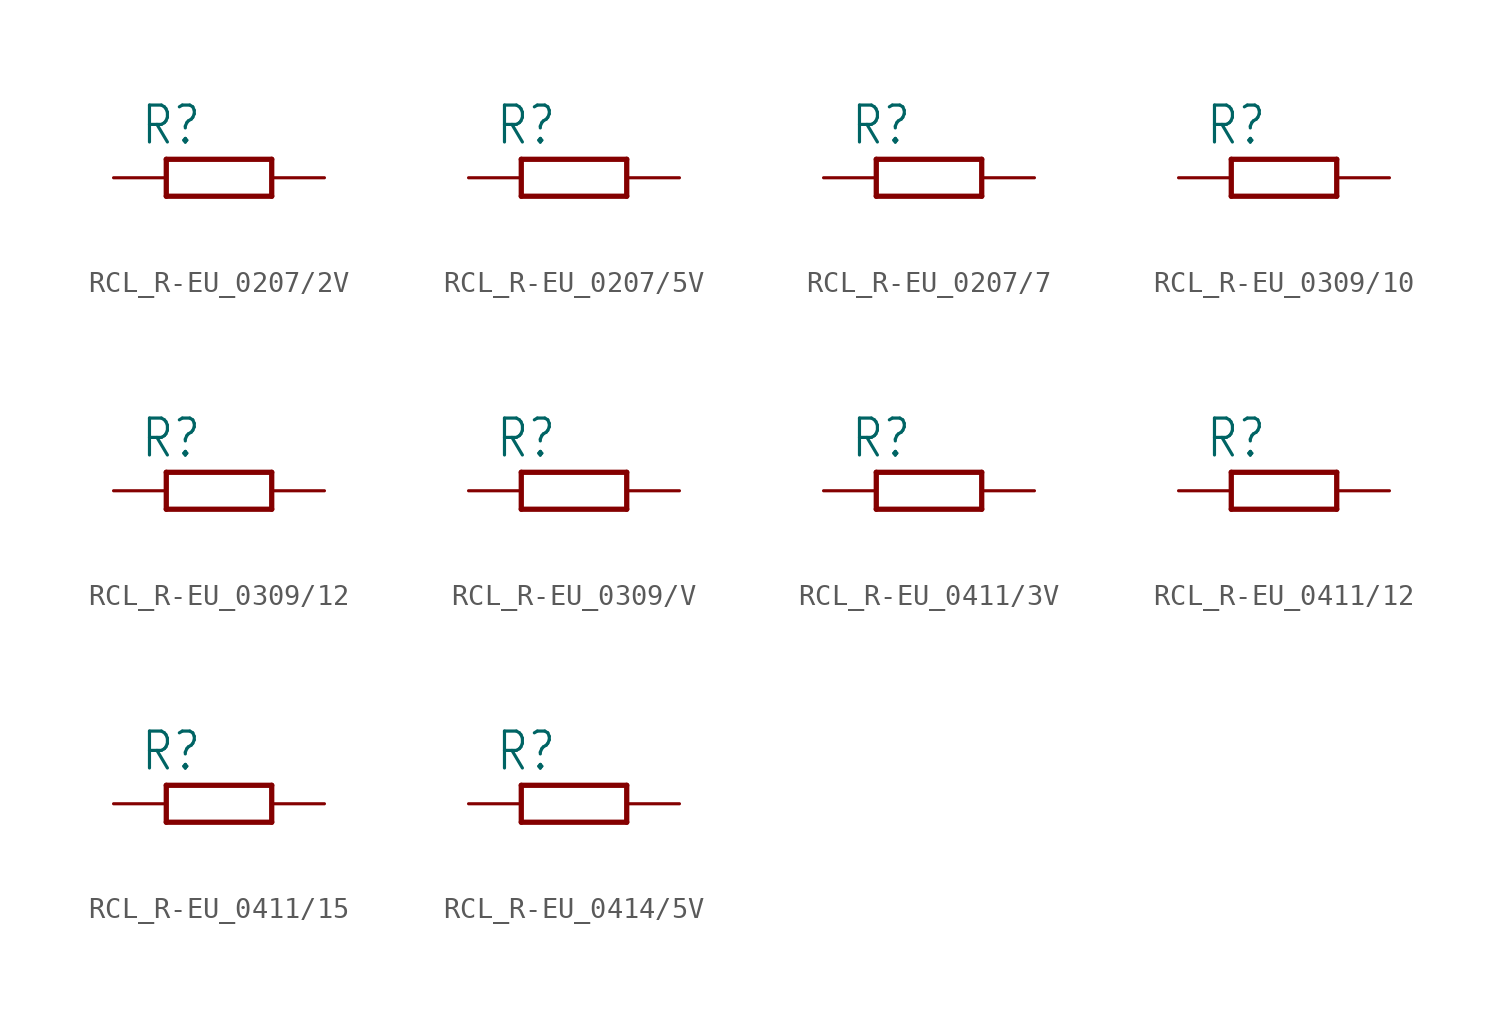
<source format=kicad_sym>
(kicad_symbol_lib
  (version 20241209)
  (generator "kicad_symbol_editor")
  (generator_version "9.0")
  (symbol "RCL_R-EU_0207/2V"
    (property "Reference" "R"
      (at -3.81 1.499 0)
      (effects (font (size 1.778 1.511)) (justify left bottom)))
    (property "Value" ""
      (at -3.81 -3.302 0)
      (effects (font (size 1.778 1.511)) (justify left bottom)))
    (property "ki_locked" ""
      (at 0 0 0)
      (effects (font (size 1.27 1.27))))
    (symbol "RCL_R-EU_0207/2V_1_0"
      (polyline (pts (xy -2.54 -0.889) (xy -2.54 0.889)) (stroke (width 0.254) (type solid)) (fill (type none)))
      (polyline (pts (xy -2.54 -0.889) (xy 2.54 -0.889)) (stroke (width 0.254) (type solid)) (fill (type none)))
      (polyline (pts (xy 2.54 0.889) (xy -2.54 0.889)) (stroke (width 0.254) (type solid)) (fill (type none)))
      (polyline (pts (xy 2.54 -0.889) (xy 2.54 0.889)) (stroke (width 0.254) (type solid)) (fill (type none)))
      (pin passive line (at -5.08 0 0) (length 2.54) (name "1" (effects (font (size 0 0)))) (number "1" (effects (font (size 0 0)))))
      (pin passive line (at 5.08 0 180) (length 2.54) (name "2" (effects (font (size 0 0)))) (number "2" (effects (font (size 0 0)))))))
  (symbol "RCL_R-EU_0207/5V"
    (property "Reference" "R"
      (at -3.81 1.499 0)
      (effects (font (size 1.778 1.511)) (justify left bottom)))
    (property "Value" ""
      (at -3.81 -3.302 0)
      (effects (font (size 1.778 1.511)) (justify left bottom)))
    (property "ki_locked" ""
      (at 0 0 0)
      (effects (font (size 1.27 1.27))))
    (symbol "RCL_R-EU_0207/5V_1_0"
      (polyline (pts (xy -2.54 -0.889) (xy -2.54 0.889)) (stroke (width 0.254) (type solid)) (fill (type none)))
      (polyline (pts (xy -2.54 -0.889) (xy 2.54 -0.889)) (stroke (width 0.254) (type solid)) (fill (type none)))
      (polyline (pts (xy 2.54 0.889) (xy -2.54 0.889)) (stroke (width 0.254) (type solid)) (fill (type none)))
      (polyline (pts (xy 2.54 -0.889) (xy 2.54 0.889)) (stroke (width 0.254) (type solid)) (fill (type none)))
      (pin passive line (at -5.08 0 0) (length 2.54) (name "1" (effects (font (size 0 0)))) (number "1" (effects (font (size 0 0)))))
      (pin passive line (at 5.08 0 180) (length 2.54) (name "2" (effects (font (size 0 0)))) (number "2" (effects (font (size 0 0)))))))
  (symbol "RCL_R-EU_0207/7"
    (property "Reference" "R"
      (at -3.81 1.499 0)
      (effects (font (size 1.778 1.511)) (justify left bottom)))
    (property "Value" ""
      (at -3.81 -3.302 0)
      (effects (font (size 1.778 1.511)) (justify left bottom)))
    (property "ki_locked" ""
      (at 0 0 0)
      (effects (font (size 1.27 1.27))))
    (symbol "RCL_R-EU_0207/7_1_0"
      (polyline (pts (xy -2.54 -0.889) (xy -2.54 0.889)) (stroke (width 0.254) (type solid)) (fill (type none)))
      (polyline (pts (xy -2.54 -0.889) (xy 2.54 -0.889)) (stroke (width 0.254) (type solid)) (fill (type none)))
      (polyline (pts (xy 2.54 0.889) (xy -2.54 0.889)) (stroke (width 0.254) (type solid)) (fill (type none)))
      (polyline (pts (xy 2.54 -0.889) (xy 2.54 0.889)) (stroke (width 0.254) (type solid)) (fill (type none)))
      (pin passive line (at -5.08 0 0) (length 2.54) (name "1" (effects (font (size 0 0)))) (number "1" (effects (font (size 0 0)))))
      (pin passive line (at 5.08 0 180) (length 2.54) (name "2" (effects (font (size 0 0)))) (number "2" (effects (font (size 0 0)))))))
  (symbol "RCL_R-EU_0309/10"
    (property "Reference" "R"
      (at -3.81 1.499 0)
      (effects (font (size 1.778 1.511)) (justify left bottom)))
    (property "Value" ""
      (at -3.81 -3.302 0)
      (effects (font (size 1.778 1.511)) (justify left bottom)))
    (property "ki_locked" ""
      (at 0 0 0)
      (effects (font (size 1.27 1.27))))
    (symbol "RCL_R-EU_0309/10_1_0"
      (polyline (pts (xy -2.54 -0.889) (xy -2.54 0.889)) (stroke (width 0.254) (type solid)) (fill (type none)))
      (polyline (pts (xy -2.54 -0.889) (xy 2.54 -0.889)) (stroke (width 0.254) (type solid)) (fill (type none)))
      (polyline (pts (xy 2.54 0.889) (xy -2.54 0.889)) (stroke (width 0.254) (type solid)) (fill (type none)))
      (polyline (pts (xy 2.54 -0.889) (xy 2.54 0.889)) (stroke (width 0.254) (type solid)) (fill (type none)))
      (pin passive line (at -5.08 0 0) (length 2.54) (name "1" (effects (font (size 0 0)))) (number "1" (effects (font (size 0 0)))))
      (pin passive line (at 5.08 0 180) (length 2.54) (name "2" (effects (font (size 0 0)))) (number "2" (effects (font (size 0 0)))))))
  (symbol "RCL_R-EU_0309/12"
    (property "Reference" "R"
      (at -3.81 1.499 0)
      (effects (font (size 1.778 1.511)) (justify left bottom)))
    (property "Value" ""
      (at -3.81 -3.302 0)
      (effects (font (size 1.778 1.511)) (justify left bottom)))
    (property "ki_locked" ""
      (at 0 0 0)
      (effects (font (size 1.27 1.27))))
    (symbol "RCL_R-EU_0309/12_1_0"
      (polyline (pts (xy -2.54 -0.889) (xy -2.54 0.889)) (stroke (width 0.254) (type solid)) (fill (type none)))
      (polyline (pts (xy -2.54 -0.889) (xy 2.54 -0.889)) (stroke (width 0.254) (type solid)) (fill (type none)))
      (polyline (pts (xy 2.54 0.889) (xy -2.54 0.889)) (stroke (width 0.254) (type solid)) (fill (type none)))
      (polyline (pts (xy 2.54 -0.889) (xy 2.54 0.889)) (stroke (width 0.254) (type solid)) (fill (type none)))
      (pin passive line (at -5.08 0 0) (length 2.54) (name "1" (effects (font (size 0 0)))) (number "1" (effects (font (size 0 0)))))
      (pin passive line (at 5.08 0 180) (length 2.54) (name "2" (effects (font (size 0 0)))) (number "2" (effects (font (size 0 0)))))))
  (symbol "RCL_R-EU_0309/V"
    (property "Reference" "R"
      (at -3.81 1.499 0)
      (effects (font (size 1.778 1.511)) (justify left bottom)))
    (property "Value" ""
      (at -3.81 -3.302 0)
      (effects (font (size 1.778 1.511)) (justify left bottom)))
    (property "ki_locked" ""
      (at 0 0 0)
      (effects (font (size 1.27 1.27))))
    (symbol "RCL_R-EU_0309/V_1_0"
      (polyline (pts (xy -2.54 -0.889) (xy -2.54 0.889)) (stroke (width 0.254) (type solid)) (fill (type none)))
      (polyline (pts (xy -2.54 -0.889) (xy 2.54 -0.889)) (stroke (width 0.254) (type solid)) (fill (type none)))
      (polyline (pts (xy 2.54 0.889) (xy -2.54 0.889)) (stroke (width 0.254) (type solid)) (fill (type none)))
      (polyline (pts (xy 2.54 -0.889) (xy 2.54 0.889)) (stroke (width 0.254) (type solid)) (fill (type none)))
      (pin passive line (at -5.08 0 0) (length 2.54) (name "1" (effects (font (size 0 0)))) (number "1" (effects (font (size 0 0)))))
      (pin passive line (at 5.08 0 180) (length 2.54) (name "2" (effects (font (size 0 0)))) (number "2" (effects (font (size 0 0)))))))
  (symbol "RCL_R-EU_0411/3V"
    (property "Reference" "R"
      (at -3.81 1.499 0)
      (effects (font (size 1.778 1.511)) (justify left bottom)))
    (property "Value" ""
      (at -3.81 -3.302 0)
      (effects (font (size 1.778 1.511)) (justify left bottom)))
    (property "ki_locked" ""
      (at 0 0 0)
      (effects (font (size 1.27 1.27))))
    (symbol "RCL_R-EU_0411/3V_1_0"
      (polyline (pts (xy -2.54 -0.889) (xy -2.54 0.889)) (stroke (width 0.254) (type solid)) (fill (type none)))
      (polyline (pts (xy -2.54 -0.889) (xy 2.54 -0.889)) (stroke (width 0.254) (type solid)) (fill (type none)))
      (polyline (pts (xy 2.54 0.889) (xy -2.54 0.889)) (stroke (width 0.254) (type solid)) (fill (type none)))
      (polyline (pts (xy 2.54 -0.889) (xy 2.54 0.889)) (stroke (width 0.254) (type solid)) (fill (type none)))
      (pin passive line (at -5.08 0 0) (length 2.54) (name "1" (effects (font (size 0 0)))) (number "1" (effects (font (size 0 0)))))
      (pin passive line (at 5.08 0 180) (length 2.54) (name "2" (effects (font (size 0 0)))) (number "2" (effects (font (size 0 0)))))))
  (symbol "RCL_R-EU_0411/12"
    (property "Reference" "R"
      (at -3.81 1.499 0)
      (effects (font (size 1.778 1.511)) (justify left bottom)))
    (property "Value" ""
      (at -3.81 -3.302 0)
      (effects (font (size 1.778 1.511)) (justify left bottom)))
    (property "ki_locked" ""
      (at 0 0 0)
      (effects (font (size 1.27 1.27))))
    (symbol "RCL_R-EU_0411/12_1_0"
      (polyline (pts (xy -2.54 -0.889) (xy -2.54 0.889)) (stroke (width 0.254) (type solid)) (fill (type none)))
      (polyline (pts (xy -2.54 -0.889) (xy 2.54 -0.889)) (stroke (width 0.254) (type solid)) (fill (type none)))
      (polyline (pts (xy 2.54 0.889) (xy -2.54 0.889)) (stroke (width 0.254) (type solid)) (fill (type none)))
      (polyline (pts (xy 2.54 -0.889) (xy 2.54 0.889)) (stroke (width 0.254) (type solid)) (fill (type none)))
      (pin passive line (at -5.08 0 0) (length 2.54) (name "1" (effects (font (size 0 0)))) (number "1" (effects (font (size 0 0)))))
      (pin passive line (at 5.08 0 180) (length 2.54) (name "2" (effects (font (size 0 0)))) (number "2" (effects (font (size 0 0)))))))
  (symbol "RCL_R-EU_0411/15"
    (property "Reference" "R"
      (at -3.81 1.499 0)
      (effects (font (size 1.778 1.511)) (justify left bottom)))
    (property "Value" ""
      (at -3.81 -3.302 0)
      (effects (font (size 1.778 1.511)) (justify left bottom)))
    (property "ki_locked" ""
      (at 0 0 0)
      (effects (font (size 1.27 1.27))))
    (symbol "RCL_R-EU_0411/15_1_0"
      (polyline (pts (xy -2.54 -0.889) (xy -2.54 0.889)) (stroke (width 0.254) (type solid)) (fill (type none)))
      (polyline (pts (xy -2.54 -0.889) (xy 2.54 -0.889)) (stroke (width 0.254) (type solid)) (fill (type none)))
      (polyline (pts (xy 2.54 0.889) (xy -2.54 0.889)) (stroke (width 0.254) (type solid)) (fill (type none)))
      (polyline (pts (xy 2.54 -0.889) (xy 2.54 0.889)) (stroke (width 0.254) (type solid)) (fill (type none)))
      (pin passive line (at -5.08 0 0) (length 2.54) (name "1" (effects (font (size 0 0)))) (number "1" (effects (font (size 0 0)))))
      (pin passive line (at 5.08 0 180) (length 2.54) (name "2" (effects (font (size 0 0)))) (number "2" (effects (font (size 0 0)))))))
  (symbol "RCL_R-EU_0414/5V"
    (property "Reference" "R"
      (at -3.81 1.499 0)
      (effects (font (size 1.778 1.511)) (justify left bottom)))
    (property "Value" ""
      (at -3.81 -3.302 0)
      (effects (font (size 1.778 1.511)) (justify left bottom)))
    (property "ki_locked" ""
      (at 0 0 0)
      (effects (font (size 1.27 1.27))))
    (symbol "RCL_R-EU_0414/5V_1_0"
      (polyline (pts (xy -2.54 -0.889) (xy -2.54 0.889)) (stroke (width 0.254) (type solid)) (fill (type none)))
      (polyline (pts (xy -2.54 -0.889) (xy 2.54 -0.889)) (stroke (width 0.254) (type solid)) (fill (type none)))
      (polyline (pts (xy 2.54 0.889) (xy -2.54 0.889)) (stroke (width 0.254) (type solid)) (fill (type none)))
      (polyline (pts (xy 2.54 -0.889) (xy 2.54 0.889)) (stroke (width 0.254) (type solid)) (fill (type none)))
      (pin passive line (at -5.08 0 0) (length 2.54) (name "1" (effects (font (size 0 0)))) (number "1" (effects (font (size 0 0)))))
      (pin passive line (at 5.08 0 180) (length 2.54) (name "2" (effects (font (size 0 0)))) (number "2" (effects (font (size 0 0))))))))
</source>
